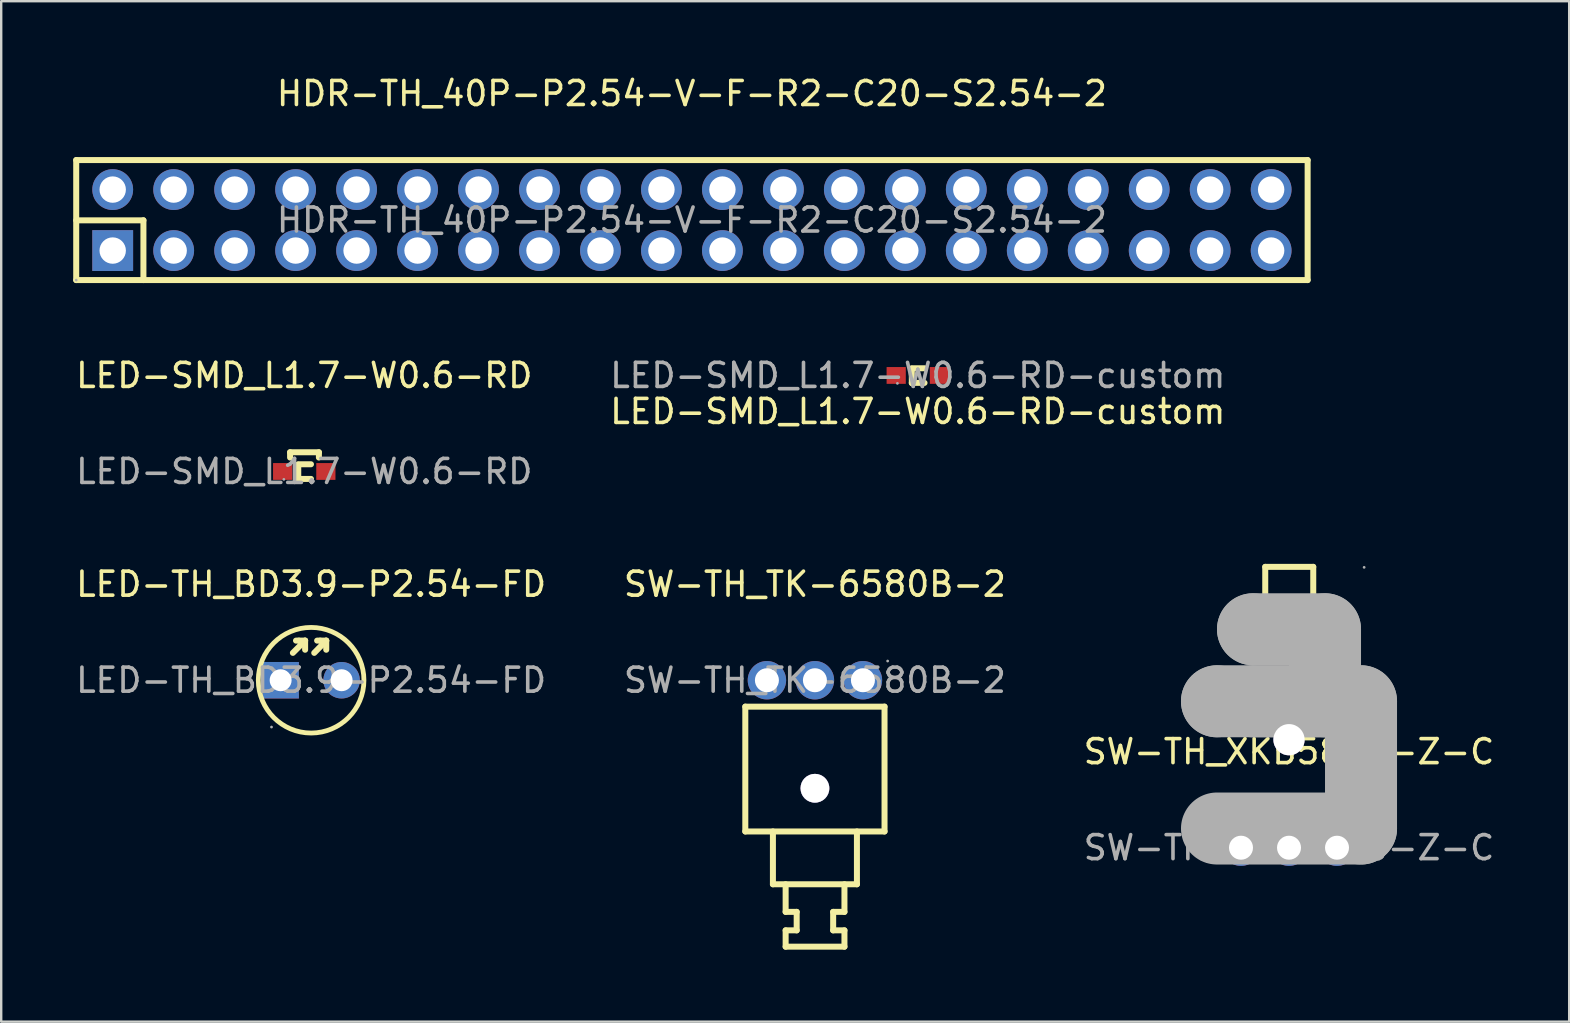
<source format=kicad_pcb>
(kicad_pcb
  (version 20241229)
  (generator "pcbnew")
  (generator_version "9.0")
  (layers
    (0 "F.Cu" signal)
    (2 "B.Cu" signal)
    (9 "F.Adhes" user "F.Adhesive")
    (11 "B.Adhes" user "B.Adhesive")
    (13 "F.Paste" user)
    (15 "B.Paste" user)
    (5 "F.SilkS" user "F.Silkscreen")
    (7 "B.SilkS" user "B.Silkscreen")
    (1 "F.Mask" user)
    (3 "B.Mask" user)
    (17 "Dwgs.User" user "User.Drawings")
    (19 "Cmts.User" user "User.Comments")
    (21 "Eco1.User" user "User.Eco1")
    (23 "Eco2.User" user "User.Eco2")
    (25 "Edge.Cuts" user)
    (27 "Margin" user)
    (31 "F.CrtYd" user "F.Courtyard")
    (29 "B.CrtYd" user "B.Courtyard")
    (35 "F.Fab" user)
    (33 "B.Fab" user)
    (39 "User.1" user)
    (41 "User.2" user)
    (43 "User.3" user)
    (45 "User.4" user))
  (footprint "SW-TH_TK-6580B-2"
    (layer "F.Cu")
    (at 30.899 25.288)
    (property "Reference" "SW-TH_TK-6580B-2" (at 0 -4 0) (layer "F.SilkS") (effects (font (size 1 1) (thickness 0.15))))
    (attr through_hole)
    (fp_line (start -2.9 6.3) (end -2.9 1.1) (stroke (width 0.25) (type solid)) (layer "F.SilkS"))
    (fp_line (start -1.75 6.3) (end -1.75 8.5) (stroke (width 0.25) (type solid)) (layer "F.SilkS"))
    (fp_line (start -1.22 9.65) (end -1.22 8.5) (stroke (width 0.25) (type solid)) (layer "F.SilkS"))
    (fp_line (start -1.22 10.42) (end -0.76 10.42) (stroke (width 0.25) (type solid)) (layer "F.SilkS"))
    (fp_line (start -1.22 11.1) (end -1.22 10.42) (stroke (width 0.25) (type solid)) (layer "F.SilkS"))
    (fp_line (start -1.22 11.1) (end 1.23 11.1) (stroke (width 0.25) (type solid)) (layer "F.SilkS"))
    (fp_line (start -0.76 9.65) (end -1.22 9.65) (stroke (width 0.25) (type solid)) (layer "F.SilkS"))
    (fp_line (start -0.76 10.42) (end -0.76 9.65) (stroke (width 0.25) (type solid)) (layer "F.SilkS"))
    (fp_line (start 0.76 9.65) (end 1.23 9.65) (stroke (width 0.25) (type solid)) (layer "F.SilkS"))
    (fp_line (start 0.76 10.42) (end 0.76 9.65) (stroke (width 0.25) (type solid)) (layer "F.SilkS"))
    (fp_line (start 1.23 9.65) (end 1.23 8.5) (stroke (width 0.25) (type solid)) (layer "F.SilkS"))
    (fp_line (start 1.23 10.42) (end 0.76 10.42) (stroke (width 0.25) (type solid)) (layer "F.SilkS"))
    (fp_line (start 1.23 11.1) (end 1.23 10.42) (stroke (width 0.25) (type solid)) (layer "F.SilkS"))
    (fp_line (start 1.75 6.3) (end 1.75 8.5) (stroke (width 0.25) (type solid)) (layer "F.SilkS"))
    (fp_line (start 1.75 8.5) (end -1.75 8.5) (stroke (width 0.25) (type solid)) (layer "F.SilkS"))
    (fp_line (start 2.9 1.1) (end -2.9 1.1) (stroke (width 0.25) (type solid)) (layer "F.SilkS"))
    (fp_line (start 2.9 6.3) (end -2.9 6.3) (stroke (width 0.25) (type solid)) (layer "F.SilkS"))
    (fp_line (start 2.9 6.3) (end 2.9 1.1) (stroke (width 0.25) (type solid)) (layer "F.SilkS"))
    (fp_circle (center -2 0) (end -1.8 0) (stroke (width 0.4) (type solid)) (fill no) (layer "F.Fab"))
    (fp_circle (center 0 0) (end 0.2 0) (stroke (width 0.4) (type solid)) (fill no) (layer "F.Fab"))
    (fp_circle (center 0 4.5) (end 0.25 4.5) (stroke (width 0.5) (type solid)) (fill no) (layer "F.Fab"))
    (fp_circle (center 2 0) (end 2.2 0) (stroke (width 0.4) (type solid)) (fill no) (layer "F.Fab"))
    (fp_circle (center 3.03 -0.8) (end 3.06 -0.8) (stroke (width 0.06) (type solid)) (fill no) (layer "F.Fab"))
    (fp_text user "${REFERENCE}" (at 0 0 0) (layer "F.Fab") (effects (font (size 1 1) (thickness 0.15))))
    (pad "" thru_hole circle (at 0 4.5) (size 1.2 1.2) (drill 1.2) (layers "*.Cu" "*.Mask"))
    (pad "1" thru_hole circle (at 2 0 180) (size 1.6 1.6) (drill 1) (layers "*.Cu" "*.Mask"))
    (pad "2" thru_hole circle (at 0 0 180) (size 1.6 1.6) (drill 1) (layers "*.Cu" "*.Mask"))
    (pad "3" thru_hole circle (at -2 0 180) (size 1.6 1.6) (drill 1) (layers "*.Cu" "*.Mask")))
  (footprint "LED-TH_BD3.9-P2.54-FD"
    (layer "F.Cu")
    (at 9.911 25.288)
    (property "Reference" "LED-TH_BD3.9-P2.54-FD" (at 0 -4 0) (layer "F.SilkS") (effects (font (size 1 1) (thickness 0.15))))
    (attr through_hole)
    (fp_line (start -0.76 -1.14) (end -0.25 -1.65) (stroke (width 0.25) (type solid)) (layer "F.SilkS"))
    (fp_line (start -0.51 -1.65) (end -0.63 -1.65) (stroke (width 0.25) (type solid)) (layer "F.SilkS"))
    (fp_line (start -0.25 -1.65) (end -0.51 -1.65) (stroke (width 0.25) (type solid)) (layer "F.SilkS"))
    (fp_line (start -0.25 -1.65) (end -0.25 -1.27) (stroke (width 0.25) (type solid)) (layer "F.SilkS"))
    (fp_line (start 0.13 -1.14) (end 0.63 -1.65) (stroke (width 0.25) (type solid)) (layer "F.SilkS"))
    (fp_line (start 0.38 -1.65) (end 0.25 -1.65) (stroke (width 0.25) (type solid)) (layer "F.SilkS"))
    (fp_line (start 0.63 -1.65) (end 0.38 -1.65) (stroke (width 0.25) (type solid)) (layer "F.SilkS"))
    (fp_line (start 0.63 -1.65) (end 0.63 -1.27) (stroke (width 0.25) (type solid)) (layer "F.SilkS"))
    (fp_circle (center 0 0) (end 2.2 0) (stroke (width 0.2) (type solid)) (fill no) (layer "F.SilkS"))
    (fp_circle (center -1.65 1.95) (end -1.62 1.95) (stroke (width 0.06) (type solid)) (fill no) (layer "F.Fab"))
    (fp_text user "${REFERENCE}" (at 0 0 0) (layer "F.Fab") (effects (font (size 1 1) (thickness 0.15))))
    (pad "1" thru_hole rect (at -1.27 0) (size 1.52 1.52) (drill 0.914) (layers "*.Cu" "*.Mask"))
    (pad "2" thru_hole circle (at 1.27 0) (size 1.52 1.52) (drill 0.914) (layers "*.Cu" "*.Mask")))
  (footprint "LED-SMD_L1.7-W0.6-RD-custom"
    (layer "F.Cu")
    (at 35.185 12.591)
    (property "Reference" "LED-SMD_L1.7-W0.6-RD-custom" (at 0 1.5 180) (layer "F.SilkS") (effects (font (size 1 1) (thickness 0.15))))
    (attr smd)
    (fp_line (start -0.25 0.31) (end 0.28 0.31) (stroke (width 0.25) (type solid)) (layer "F.SilkS"))
    (fp_line (start -0.25 0.32) (end -0.25 -0.28) (stroke (width 0.25) (type solid)) (layer "F.SilkS"))
    (fp_line (start 0.28 -0.3) (end -0.25 -0.3) (stroke (width 0.25) (type solid)) (layer "F.SilkS"))
    (fp_circle (center -0.85 0.33) (end -0.82 0.33) (stroke (width 0.06) (type solid)) (fill no) (layer "F.Fab"))
    (fp_text user "${REFERENCE}" (at 0 0 180) (layer "F.Fab") (effects (font (size 1 1) (thickness 0.15))))
    (pad "1" smd rect (at -0.9 0) (size 0.8 0.7) (layers "F.Cu" "F.Mask" "F.Paste"))
    (pad "2" smd rect (at 0.9 0) (size 0.8 0.7) (layers "F.Cu" "F.Mask" "F.Paste")))
  (footprint "SW-TH_XKB5858-Z-C"
    (layer "F.Cu")
    (at 50.649 32.265)
    (property "Reference" "SW-TH_XKB5858-Z-C" (at 0 -4 0) (layer "F.SilkS") (effects (font (size 1 1) (thickness 0.15))))
    (attr through_hole)
    (fp_line (start -3 -5.2) (end 3 -5.2) (stroke (width 0.25) (type solid)) (layer "F.SilkS"))
    (fp_line (start -0.99 -11.7) (end 1.01 -11.7) (stroke (width 0.25) (type solid)) (layer "F.SilkS"))
    (fp_line (start -0.99 -9.1) (end -0.99 -11.7) (stroke (width 0.25) (type solid)) (layer "F.SilkS"))
    (fp_line (start 1.01 -11.7) (end 1.01 -9.2) (stroke (width 0.25) (type solid)) (layer "F.SilkS"))
    (fp_line (start -3 -6.1) (end -3 -6.1) (stroke (width 3) (type solid)) (layer "F.Fab"))
    (fp_line (start -3 -6.1) (end 3 -6.1) (stroke (width 3) (type solid)) (layer "F.Fab"))
    (fp_line (start -1.5 -9.1) (end -1.5 -9.1) (stroke (width 3) (type solid)) (layer "F.Fab"))
    (fp_line (start -1.5 -9.1) (end 1.5 -9.1) (stroke (width 3) (type solid)) (layer "F.Fab"))
    (fp_line (start 1.5 -9.1) (end 1.5 -6.1) (stroke (width 3) (type solid)) (layer "F.Fab"))
    (fp_line (start 1.5 -6.1) (end -1.5 -6.1) (stroke (width 3) (type solid)) (layer "F.Fab"))
    (fp_line (start 3 -6.1) (end 3 -0.8) (stroke (width 3) (type solid)) (layer "F.Fab"))
    (fp_line (start 3 -0.8) (end -3 -0.8) (stroke (width 3) (type solid)) (layer "F.Fab"))
    (fp_circle (center -2 0) (end -1.8 0) (stroke (width 0.4) (type solid)) (fill no) (layer "F.Fab"))
    (fp_circle (center 0 -4.5) (end 0.28 -4.5) (stroke (width 0.55) (type solid)) (fill no) (layer "F.Fab"))
    (fp_circle (center 0 0) (end 0.2 0) (stroke (width 0.4) (type solid)) (fill no) (layer "F.Fab"))
    (fp_circle (center 2 0) (end 2.2 0) (stroke (width 0.4) (type solid)) (fill no) (layer "F.Fab"))
    (fp_circle (center 3.13 -11.68) (end 3.16 -11.68) (stroke (width 0.06) (type solid)) (fill no) (layer "F.Fab"))
    (fp_text user "${REFERENCE}" (at 0 0 0) (layer "F.Fab") (effects (font (size 1 1) (thickness 0.15))))
    (pad "" thru_hole circle (at 0 -4.5) (size 1.3 1.3) (drill 1.3) (layers "*.Cu" "*.Mask"))
    (pad "1" thru_hole circle (at 2 0) (size 1.52 1.52) (drill 1) (layers "*.Cu" "*.Mask"))
    (pad "2" thru_hole circle (at 0 0) (size 1.52 1.52) (drill 1) (layers "*.Cu" "*.Mask"))
    (pad "3" thru_hole circle (at -2 0) (size 1.52 1.52) (drill 1) (layers "*.Cu" "*.Mask")))
  (footprint "HDR-TH_40P-P2.54-V-F-R2-C20-S2.54-2"
    (layer "F.Cu")
    (at 25.775 6.118)
    (property "Reference" "HDR-TH_40P-P2.54-V-F-R2-C20-S2.54-2" (at 0 -5.27 0) (layer "F.SilkS") (effects (font (size 1 1) (thickness 0.15))))
    (attr through_hole)
    (fp_line (start -25.65 -2.5) (end -25.65 2.5) (stroke (width 0.25) (type solid)) (layer "F.SilkS"))
    (fp_line (start -25.65 0.01) (end -22.85 0.01) (stroke (width 0.25) (type solid)) (layer "F.SilkS"))
    (fp_line (start -25.65 2.5) (end 25.65 2.5) (stroke (width 0.25) (type solid)) (layer "F.SilkS"))
    (fp_line (start -22.85 0.01) (end -22.85 2.5) (stroke (width 0.25) (type solid)) (layer "F.SilkS"))
    (fp_line (start 25.65 -2.5) (end -25.65 -2.5) (stroke (width 0.25) (type solid)) (layer "F.SilkS"))
    (fp_line (start 25.65 2.5) (end 25.65 -2.5) (stroke (width 0.25) (type solid)) (layer "F.SilkS"))
    (fp_circle (center -25.65 2.5) (end -25.62 2.5) (stroke (width 0.06) (type solid)) (fill no) (layer "F.Fab"))
    (fp_text user "${REFERENCE}" (at 0 0 0) (layer "F.Fab") (effects (font (size 1 1) (thickness 0.15))))
    (pad "1" thru_hole rect (at -24.13 1.27) (size 1.7 1.7) (drill 1.1) (layers "*.Cu" "*.Mask"))
    (pad "2" thru_hole circle (at -24.13 -1.27) (size 1.7 1.7) (drill 1.1) (layers "*.Cu" "*.Mask"))
    (pad "3" thru_hole circle (at -21.59 1.27) (size 1.7 1.7) (drill 1.1) (layers "*.Cu" "*.Mask"))
    (pad "4" thru_hole circle (at -21.59 -1.27) (size 1.7 1.7) (drill 1.1) (layers "*.Cu" "*.Mask"))
    (pad "5" thru_hole circle (at -19.05 1.27) (size 1.7 1.7) (drill 1.1) (layers "*.Cu" "*.Mask"))
    (pad "6" thru_hole circle (at -19.05 -1.27) (size 1.7 1.7) (drill 1.1) (layers "*.Cu" "*.Mask"))
    (pad "7" thru_hole circle (at -16.51 1.27) (size 1.7 1.7) (drill 1.1) (layers "*.Cu" "*.Mask"))
    (pad "8" thru_hole circle (at -16.51 -1.27) (size 1.7 1.7) (drill 1.1) (layers "*.Cu" "*.Mask"))
    (pad "9" thru_hole circle (at -13.97 1.27) (size 1.7 1.7) (drill 1.1) (layers "*.Cu" "*.Mask"))
    (pad "10" thru_hole circle (at -13.97 -1.27) (size 1.7 1.7) (drill 1.1) (layers "*.Cu" "*.Mask"))
    (pad "11" thru_hole circle (at -11.43 1.27) (size 1.7 1.7) (drill 1.1) (layers "*.Cu" "*.Mask"))
    (pad "12" thru_hole circle (at -11.43 -1.27) (size 1.7 1.7) (drill 1.1) (layers "*.Cu" "*.Mask"))
    (pad "13" thru_hole circle (at -8.89 1.27) (size 1.7 1.7) (drill 1.1) (layers "*.Cu" "*.Mask"))
    (pad "14" thru_hole circle (at -8.89 -1.27) (size 1.7 1.7) (drill 1.1) (layers "*.Cu" "*.Mask"))
    (pad "15" thru_hole circle (at -6.35 1.27) (size 1.7 1.7) (drill 1.1) (layers "*.Cu" "*.Mask"))
    (pad "16" thru_hole circle (at -6.35 -1.27) (size 1.7 1.7) (drill 1.1) (layers "*.Cu" "*.Mask"))
    (pad "17" thru_hole circle (at -3.81 1.27) (size 1.7 1.7) (drill 1.1) (layers "*.Cu" "*.Mask"))
    (pad "18" thru_hole circle (at -3.81 -1.27) (size 1.7 1.7) (drill 1.1) (layers "*.Cu" "*.Mask"))
    (pad "19" thru_hole circle (at -1.27 1.27) (size 1.7 1.7) (drill 1.1) (layers "*.Cu" "*.Mask"))
    (pad "20" thru_hole circle (at -1.27 -1.27) (size 1.7 1.7) (drill 1.1) (layers "*.Cu" "*.Mask"))
    (pad "21" thru_hole circle (at 1.27 1.27) (size 1.7 1.7) (drill 1.1) (layers "*.Cu" "*.Mask"))
    (pad "22" thru_hole circle (at 1.27 -1.27) (size 1.7 1.7) (drill 1.1) (layers "*.Cu" "*.Mask"))
    (pad "23" thru_hole circle (at 3.81 1.27) (size 1.7 1.7) (drill 1.1) (layers "*.Cu" "*.Mask"))
    (pad "24" thru_hole circle (at 3.81 -1.27) (size 1.7 1.7) (drill 1.1) (layers "*.Cu" "*.Mask"))
    (pad "25" thru_hole circle (at 6.35 1.27) (size 1.7 1.7) (drill 1.1) (layers "*.Cu" "*.Mask"))
    (pad "26" thru_hole circle (at 6.35 -1.27) (size 1.7 1.7) (drill 1.1) (layers "*.Cu" "*.Mask"))
    (pad "27" thru_hole circle (at 8.89 1.27) (size 1.7 1.7) (drill 1.1) (layers "*.Cu" "*.Mask"))
    (pad "28" thru_hole circle (at 8.89 -1.27) (size 1.7 1.7) (drill 1.1) (layers "*.Cu" "*.Mask"))
    (pad "29" thru_hole circle (at 11.43 1.27) (size 1.7 1.7) (drill 1.1) (layers "*.Cu" "*.Mask"))
    (pad "30" thru_hole circle (at 11.43 -1.27) (size 1.7 1.7) (drill 1.1) (layers "*.Cu" "*.Mask"))
    (pad "31" thru_hole circle (at 13.97 1.27) (size 1.7 1.7) (drill 1.1) (layers "*.Cu" "*.Mask"))
    (pad "32" thru_hole circle (at 13.97 -1.27) (size 1.7 1.7) (drill 1.1) (layers "*.Cu" "*.Mask"))
    (pad "33" thru_hole circle (at 16.51 1.27) (size 1.7 1.7) (drill 1.1) (layers "*.Cu" "*.Mask"))
    (pad "34" thru_hole circle (at 16.51 -1.27) (size 1.7 1.7) (drill 1.1) (layers "*.Cu" "*.Mask"))
    (pad "35" thru_hole circle (at 19.05 1.27) (size 1.7 1.7) (drill 1.1) (layers "*.Cu" "*.Mask"))
    (pad "36" thru_hole circle (at 19.05 -1.27) (size 1.7 1.7) (drill 1.1) (layers "*.Cu" "*.Mask"))
    (pad "37" thru_hole circle (at 21.59 1.27) (size 1.7 1.7) (drill 1.1) (layers "*.Cu" "*.Mask"))
    (pad "38" thru_hole circle (at 21.59 -1.27) (size 1.7 1.7) (drill 1.1) (layers "*.Cu" "*.Mask"))
    (pad "39" thru_hole circle (at 24.13 1.27) (size 1.7 1.7) (drill 1.1) (layers "*.Cu" "*.Mask"))
    (pad "40" thru_hole circle (at 24.13 -1.27) (size 1.7 1.7) (drill 1.1) (layers "*.Cu" "*.Mask")))
  (footprint "LED-SMD_L1.7-W0.6-RD"
    (layer "F.Cu")
    (at 9.625 16.591)
    (property "Reference" "LED-SMD_L1.7-W0.6-RD" (at 0 -4 0) (layer "F.SilkS") (effects (font (size 1 1) (thickness 0.15))))
    (attr smd)
    (fp_line (start -0.59 -0.8) (end -0.59 -0.58) (stroke (width 0.25) (type solid)) (layer "F.SilkS"))
    (fp_line (start -0.59 -0.8) (end 0.61 -0.8) (stroke (width 0.25) (type solid)) (layer "F.SilkS"))
    (fp_line (start -0.25 0.31) (end 0.28 0.31) (stroke (width 0.25) (type solid)) (layer "F.SilkS"))
    (fp_line (start -0.25 0.32) (end -0.25 -0.28) (stroke (width 0.25) (type solid)) (layer "F.SilkS"))
    (fp_line (start 0.28 -0.3) (end -0.25 -0.3) (stroke (width 0.25) (type solid)) (layer "F.SilkS"))
    (fp_line (start 0.61 -0.8) (end 0.61 -0.58) (stroke (width 0.25) (type solid)) (layer "F.SilkS"))
    (fp_circle (center -0.85 0.33) (end -0.82 0.33) (stroke (width 0.06) (type solid)) (fill no) (layer "F.Fab"))
    (fp_text user "${REFERENCE}" (at 0 0 0) (layer "F.Fab") (effects (font (size 1 1) (thickness 0.15))))
    (pad "1" smd rect (at -0.9 0) (size 0.8 0.7) (layers "F.Cu" "F.Mask" "F.Paste"))
    (pad "2" smd rect (at 0.9 0) (size 0.8 0.7) (layers "F.Cu" "F.Mask" "F.Paste")))
  (gr_rect
    (start -3 -3)
    (end 62.321 39.513)
    (stroke (width 0.1) (type default))
    (fill no)
    (layer "Edge.Cuts")))
</source>
